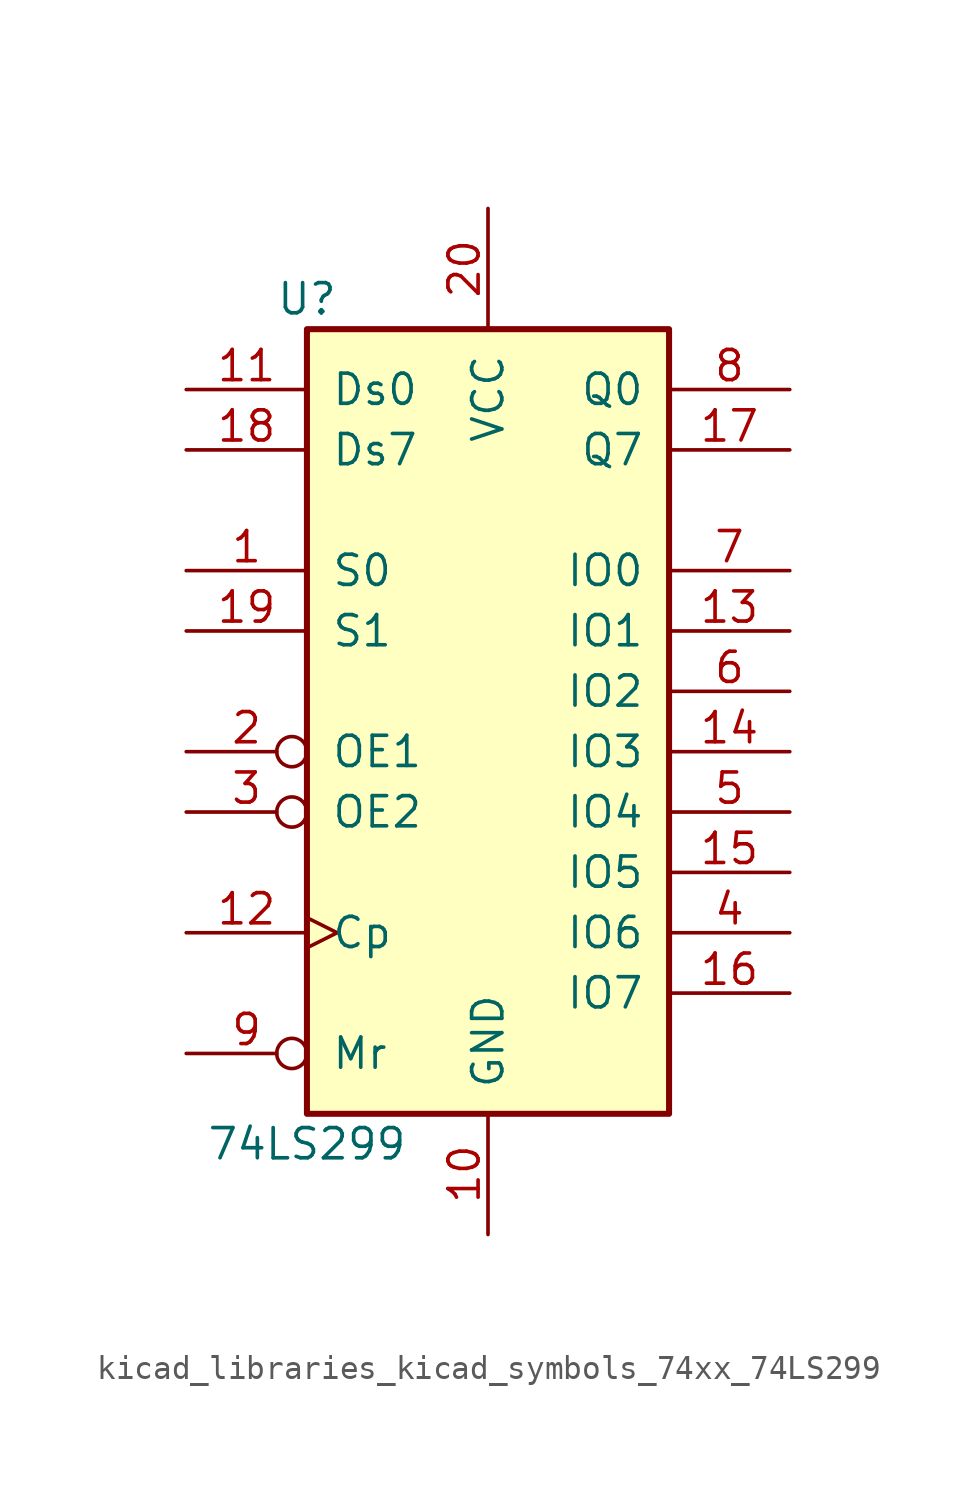
<source format=kicad_sym>
(kicad_symbol_lib
  (version 20220914)
  (generator kicad_symbol_editor)
  (symbol "kicad_libraries_kicad_symbols_74xx_74LS299"
    (pin_names
      (offset 1.016))
    (property "Reference" "U"
      (at -7.62 16.51 0)
      (effects (font (size 1.27 1.27))))
    (property "Value" "74LS299"
      (at -7.62 -19.05 0)
      (effects (font (size 1.27 1.27))))
    (property "ki_locked" ""
      (at 0 0 0)
      (effects (font (size 1.27 1.27))))
    (symbol "kicad_libraries_kicad_symbols_74xx_74LS299_1_0"
      (pin input line (at -12.7 5.08 0) (length 5.08) (name "S0" (effects (font (size 1.27 1.27)))) (number "1" (effects (font (size 1.27 1.27)))))
      (pin power_in line (at 0 -22.86 90) (length 5.08) (name "GND" (effects (font (size 1.27 1.27)))) (number "10" (effects (font (size 1.27 1.27)))))
      (pin input line (at -12.7 12.7 0) (length 5.08) (name "Ds0" (effects (font (size 1.27 1.27)))) (number "11" (effects (font (size 1.27 1.27)))))
      (pin input clock (at -12.7 -10.16 0) (length 5.08) (name "Cp" (effects (font (size 1.27 1.27)))) (number "12" (effects (font (size 1.27 1.27)))))
      (pin tri_state line (at 12.7 2.54 180) (length 5.08) (name "IO1" (effects (font (size 1.27 1.27)))) (number "13" (effects (font (size 1.27 1.27)))))
      (pin tri_state line (at 12.7 -2.54 180) (length 5.08) (name "IO3" (effects (font (size 1.27 1.27)))) (number "14" (effects (font (size 1.27 1.27)))))
      (pin tri_state line (at 12.7 -7.62 180) (length 5.08) (name "IO5" (effects (font (size 1.27 1.27)))) (number "15" (effects (font (size 1.27 1.27)))))
      (pin tri_state line (at 12.7 -12.7 180) (length 5.08) (name "IO7" (effects (font (size 1.27 1.27)))) (number "16" (effects (font (size 1.27 1.27)))))
      (pin output line (at 12.7 10.16 180) (length 5.08) (name "Q7" (effects (font (size 1.27 1.27)))) (number "17" (effects (font (size 1.27 1.27)))))
      (pin input line (at -12.7 10.16 0) (length 5.08) (name "Ds7" (effects (font (size 1.27 1.27)))) (number "18" (effects (font (size 1.27 1.27)))))
      (pin input line (at -12.7 2.54 0) (length 5.08) (name "S1" (effects (font (size 1.27 1.27)))) (number "19" (effects (font (size 1.27 1.27)))))
      (pin input inverted (at -12.7 -2.54 0) (length 5.08) (name "OE1" (effects (font (size 1.27 1.27)))) (number "2" (effects (font (size 1.27 1.27)))))
      (pin power_in line (at 0 20.32 270) (length 5.08) (name "VCC" (effects (font (size 1.27 1.27)))) (number "20" (effects (font (size 1.27 1.27)))))
      (pin input inverted (at -12.7 -5.08 0) (length 5.08) (name "OE2" (effects (font (size 1.27 1.27)))) (number "3" (effects (font (size 1.27 1.27)))))
      (pin tri_state line (at 12.7 -10.16 180) (length 5.08) (name "IO6" (effects (font (size 1.27 1.27)))) (number "4" (effects (font (size 1.27 1.27)))))
      (pin tri_state line (at 12.7 -5.08 180) (length 5.08) (name "IO4" (effects (font (size 1.27 1.27)))) (number "5" (effects (font (size 1.27 1.27)))))
      (pin tri_state line (at 12.7 0 180) (length 5.08) (name "IO2" (effects (font (size 1.27 1.27)))) (number "6" (effects (font (size 1.27 1.27)))))
      (pin tri_state line (at 12.7 5.08 180) (length 5.08) (name "IO0" (effects (font (size 1.27 1.27)))) (number "7" (effects (font (size 1.27 1.27)))))
      (pin output line (at 12.7 12.7 180) (length 5.08) (name "Q0" (effects (font (size 1.27 1.27)))) (number "8" (effects (font (size 1.27 1.27)))))
      (pin input inverted (at -12.7 -15.24 0) (length 5.08) (name "Mr" (effects (font (size 1.27 1.27)))) (number "9" (effects (font (size 1.27 1.27))))))
    (symbol "kicad_libraries_kicad_symbols_74xx_74LS299_1_1"
      (rectangle (start -7.62 15.24) (end 7.62 -17.78) (stroke (width 0.254) (type default)) (fill (type background))))))
</source>
